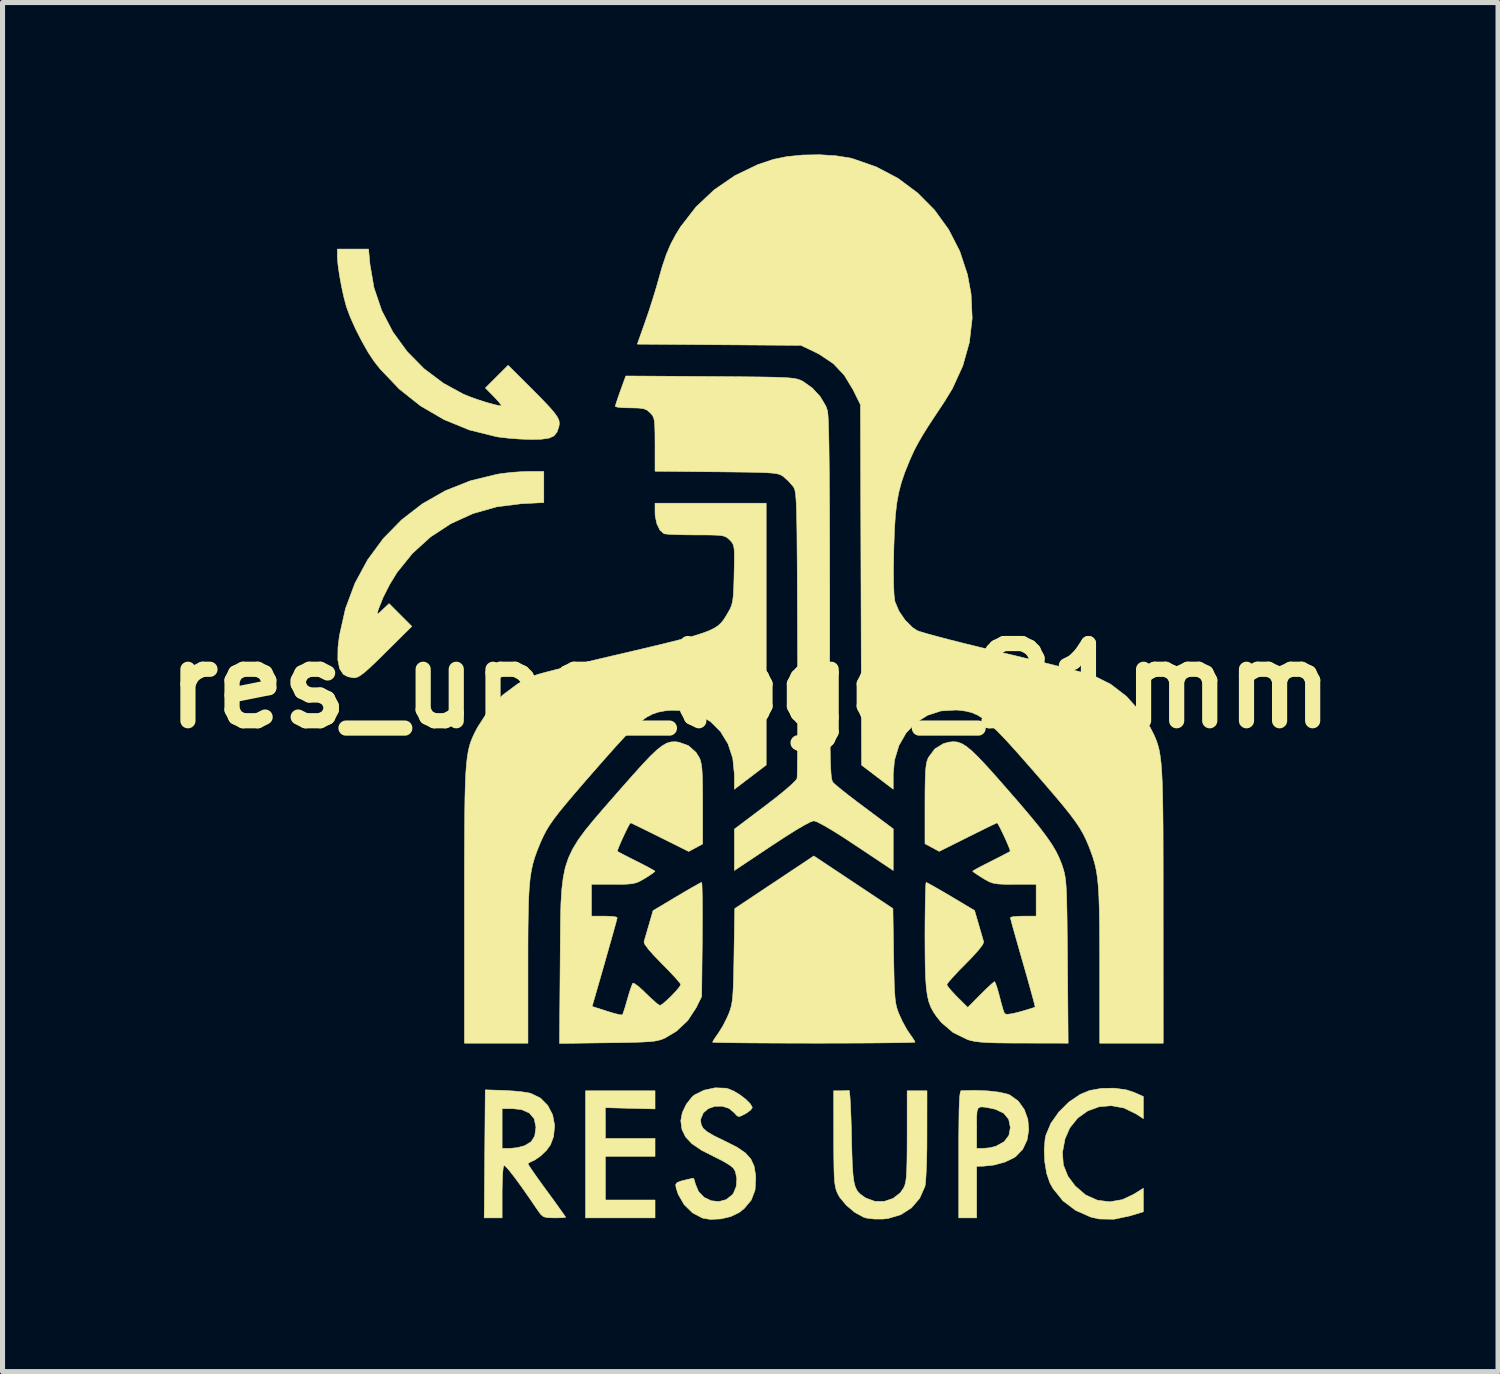
<source format=kicad_pcb>
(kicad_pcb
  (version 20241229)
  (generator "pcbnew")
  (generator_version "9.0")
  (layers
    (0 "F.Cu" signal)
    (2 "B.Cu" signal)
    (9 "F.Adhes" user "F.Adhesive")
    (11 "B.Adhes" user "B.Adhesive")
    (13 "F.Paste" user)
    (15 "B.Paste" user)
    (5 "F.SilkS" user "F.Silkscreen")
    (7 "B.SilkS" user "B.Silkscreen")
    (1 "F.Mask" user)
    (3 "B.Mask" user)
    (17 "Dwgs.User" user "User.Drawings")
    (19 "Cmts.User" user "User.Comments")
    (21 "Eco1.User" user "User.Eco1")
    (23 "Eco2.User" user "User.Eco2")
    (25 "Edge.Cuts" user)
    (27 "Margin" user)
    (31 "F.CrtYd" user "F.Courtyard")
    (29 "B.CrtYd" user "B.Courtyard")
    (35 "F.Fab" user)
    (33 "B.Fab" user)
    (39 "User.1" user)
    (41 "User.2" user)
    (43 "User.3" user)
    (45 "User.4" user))
  (footprint "res_upc_logo_21mm"
    (layer "F.Cu")
    (at 11.764 10.491)
    (property "Reference" "res_upc_logo_21mm" (at 0 0 0) (layer "F.SilkS") (effects (font (size 1.524 1.524) (thickness 0.3))))
    (attr through_hole)
    (fp_poly (pts (xy -1.881 8.354) (xy -2.372 8.342) (xy -2.862 8.329) (xy -2.861 8.633) (xy -2.861 8.937) (xy -1.881 8.937) (xy -1.881 9.29) (xy -2.861 9.29) (xy -2.861 10.152) (xy -1.881 10.152) (xy -1.881 10.505) (xy -3.253 10.505) (xy -3.253 7.996) (xy -1.881 7.996) (xy -1.881 8.354)) (stroke (width 0.01) (type solid)) (fill yes) (layer "F.SilkS"))
    (fp_poly (pts (xy 7.425 7.977) (xy 7.575 8.026) (xy 7.761 8.109) (xy 7.761 8.546) (xy 7.614 8.45) (xy 7.376 8.335) (xy 7.129 8.29) (xy 6.887 8.311) (xy 6.662 8.393) (xy 6.465 8.533) (xy 6.31 8.726) (xy 6.214 8.944) (xy 6.163 9.215) (xy 6.181 9.458) (xy 6.271 9.683) (xy 6.415 9.876) (xy 6.62 10.052) (xy 6.851 10.156) (xy 7.096 10.188) (xy 7.345 10.145) (xy 7.565 10.042) (xy 7.761 9.92) (xy 7.761 10.384) (xy 7.502 10.464) (xy 7.181 10.532) (xy 6.888 10.527) (xy 6.722 10.489) (xy 6.424 10.357) (xy 6.173 10.168) (xy 5.979 9.928) (xy 5.916 9.816) (xy 5.852 9.629) (xy 5.814 9.399) (xy 5.803 9.158) (xy 5.822 8.938) (xy 5.837 8.871) (xy 5.935 8.638) (xy 6.092 8.415) (xy 6.291 8.218) (xy 6.514 8.067) (xy 6.699 7.99) (xy 6.935 7.948) (xy 7.188 7.944) (xy 7.425 7.977)) (stroke (width 0.01) (type solid)) (fill yes) (layer "F.SilkS"))
    (fp_poly (pts (xy -4.077 -3.618) (xy -4.518 -3.596) (xy -5.008 -3.534) (xy -5.476 -3.401) (xy -5.914 -3.201) (xy -6.314 -2.939) (xy -6.669 -2.617) (xy -6.972 -2.242) (xy -6.976 -2.236) (xy -7.122 -1.998) (xy -7.249 -1.747) (xy -7.34 -1.518) (xy -7.349 -1.49) (xy -7.365 -1.431) (xy -7.354 -1.42) (xy -7.306 -1.46) (xy -7.255 -1.508) (xy -7.132 -1.624) (xy -6.683 -1.174) (xy -7.196 -0.666) (xy -7.383 -0.481) (xy -7.526 -0.346) (xy -7.632 -0.253) (xy -7.711 -0.196) (xy -7.772 -0.166) (xy -7.824 -0.157) (xy -7.828 -0.157) (xy -7.946 -0.18) (xy -8.035 -0.227) (xy -8.108 -0.336) (xy -8.144 -0.513) (xy -8.141 -0.759) (xy -8.113 -0.989) (xy -7.993 -1.524) (xy -7.806 -2.025) (xy -7.556 -2.487) (xy -7.248 -2.906) (xy -6.886 -3.276) (xy -6.476 -3.593) (xy -6.022 -3.852) (xy -5.528 -4.048) (xy -5 -4.177) (xy -4.912 -4.191) (xy -4.716 -4.214) (xy -4.5 -4.229) (xy -4.353 -4.233) (xy -4.077 -4.233) (xy -4.077 -3.618)) (stroke (width 0.01) (type solid)) (fill yes) (layer "F.SilkS"))
    (fp_poly (pts (xy 4.693 7.998) (xy 4.911 8.023) (xy 5.076 8.061) (xy 5.126 8.08) (xy 5.292 8.2) (xy 5.41 8.365) (xy 5.48 8.559) (xy 5.498 8.765) (xy 5.465 8.968) (xy 5.379 9.15) (xy 5.239 9.296) (xy 5.217 9.311) (xy 5.033 9.401) (xy 4.811 9.462) (xy 4.596 9.485) (xy 4.469 9.486) (xy 4.469 10.505) (xy 4.116 10.505) (xy 4.116 9.251) (xy 4.116 8.888) (xy 4.118 8.705) (xy 4.469 8.705) (xy 4.469 8.721) (xy 4.469 9.133) (xy 4.603 9.133) (xy 4.734 9.12) (xy 4.848 9.091) (xy 5.012 9.001) (xy 5.106 8.877) (xy 5.135 8.721) (xy 5.102 8.559) (xy 5.003 8.438) (xy 4.84 8.361) (xy 4.774 8.346) (xy 4.641 8.32) (xy 4.553 8.313) (xy 4.501 8.336) (xy 4.477 8.401) (xy 4.469 8.52) (xy 4.469 8.705) (xy 4.118 8.705) (xy 4.119 8.597) (xy 4.122 8.372) (xy 4.128 8.205) (xy 4.136 8.092) (xy 4.147 8.024) (xy 4.16 7.996) (xy 4.165 7.994) (xy 4.439 7.988) (xy 4.693 7.998)) (stroke (width 0.01) (type solid)) (fill yes) (layer "F.SilkS"))
    (fp_poly (pts (xy 2.816 4.398) (xy 2.83 5.325) (xy 2.836 5.623) (xy 2.841 5.855) (xy 2.849 6.032) (xy 2.859 6.166) (xy 2.872 6.269) (xy 2.891 6.352) (xy 2.915 6.427) (xy 2.933 6.473) (xy 3.004 6.629) (xy 3.089 6.783) (xy 3.137 6.855) (xy 3.204 6.951) (xy 3.246 7.018) (xy 3.253 7.036) (xy 3.215 7.039) (xy 3.106 7.043) (xy 2.934 7.046) (xy 2.705 7.049) (xy 2.427 7.052) (xy 2.107 7.054) (xy 1.753 7.055) (xy 1.372 7.056) (xy 1.254 7.056) (xy 0.867 7.055) (xy 0.504 7.054) (xy 0.173 7.052) (xy -0.118 7.05) (xy -0.362 7.047) (xy -0.553 7.044) (xy -0.681 7.041) (xy -0.741 7.037) (xy -0.745 7.036) (xy -0.724 6.995) (xy -0.67 6.914) (xy -0.628 6.855) (xy -0.546 6.724) (xy -0.464 6.563) (xy -0.424 6.473) (xy -0.396 6.397) (xy -0.374 6.32) (xy -0.358 6.23) (xy -0.346 6.116) (xy -0.337 5.966) (xy -0.33 5.768) (xy -0.325 5.511) (xy -0.322 5.325) (xy -0.307 4.398) (xy 1.254 3.359) (xy 2.816 4.398)) (stroke (width 0.01) (type solid)) (fill yes) (layer "F.SilkS"))
    (fp_poly (pts (xy -7.51 -8.325) (xy -7.429 -7.856) (xy -7.276 -7.407) (xy -7.057 -6.987) (xy -6.778 -6.603) (xy -6.444 -6.263) (xy -6.061 -5.975) (xy -5.669 -5.761) (xy -5.53 -5.704) (xy -5.365 -5.646) (xy -5.196 -5.592) (xy -5.047 -5.551) (xy -4.939 -5.529) (xy -4.915 -5.527) (xy -4.924 -5.552) (xy -4.976 -5.617) (xy -5.057 -5.704) (xy -5.231 -5.881) (xy -4.782 -6.329) (xy -4.315 -5.864) (xy -4.12 -5.667) (xy -3.975 -5.515) (xy -3.874 -5.398) (xy -3.81 -5.309) (xy -3.777 -5.238) (xy -3.77 -5.175) (xy -3.779 -5.117) (xy -3.817 -5.008) (xy -3.878 -4.934) (xy -3.975 -4.89) (xy -4.121 -4.869) (xy -4.331 -4.864) (xy -4.341 -4.865) (xy -4.551 -4.872) (xy -4.774 -4.889) (xy -4.969 -4.912) (xy -5.017 -4.92) (xy -5.547 -5.052) (xy -6.046 -5.256) (xy -6.51 -5.526) (xy -6.933 -5.862) (xy -7.31 -6.258) (xy -7.427 -6.406) (xy -7.544 -6.582) (xy -7.67 -6.805) (xy -7.794 -7.047) (xy -7.899 -7.282) (xy -7.973 -7.481) (xy -7.975 -7.487) (xy -8.024 -7.671) (xy -8.071 -7.886) (xy -8.111 -8.106) (xy -8.14 -8.305) (xy -8.153 -8.458) (xy -8.153 -8.476) (xy -8.153 -8.623) (xy -7.537 -8.623) (xy -7.51 -8.325)) (stroke (width 0.01) (type solid)) (fill yes) (layer "F.SilkS"))
    (fp_poly (pts (xy 1.959 8.021) (xy 1.969 8.123) (xy 1.978 8.283) (xy 1.987 8.488) (xy 1.995 8.73) (xy 1.999 8.9) (xy 2.006 9.215) (xy 2.015 9.463) (xy 2.028 9.652) (xy 2.047 9.793) (xy 2.074 9.897) (xy 2.112 9.972) (xy 2.164 10.03) (xy 2.232 10.081) (xy 2.285 10.115) (xy 2.459 10.179) (xy 2.644 10.179) (xy 2.819 10.121) (xy 2.963 10.009) (xy 3.028 9.914) (xy 3.051 9.861) (xy 3.068 9.794) (xy 3.08 9.703) (xy 3.088 9.576) (xy 3.093 9.404) (xy 3.096 9.174) (xy 3.097 8.888) (xy 3.097 7.996) (xy 3.489 7.996) (xy 3.488 8.868) (xy 3.487 9.131) (xy 3.482 9.375) (xy 3.474 9.587) (xy 3.464 9.754) (xy 3.453 9.86) (xy 3.449 9.882) (xy 3.345 10.117) (xy 3.183 10.306) (xy 2.972 10.442) (xy 2.721 10.517) (xy 2.619 10.528) (xy 2.449 10.528) (xy 2.3 10.51) (xy 2.24 10.493) (xy 2.065 10.398) (xy 1.899 10.259) (xy 1.766 10.1) (xy 1.721 10.019) (xy 1.697 9.959) (xy 1.68 9.891) (xy 1.666 9.802) (xy 1.657 9.682) (xy 1.652 9.519) (xy 1.649 9.304) (xy 1.647 9.024) (xy 1.647 8.927) (xy 1.646 7.996) (xy 1.783 7.996) (xy 1.884 7.994) (xy 1.947 7.987) (xy 1.95 7.986) (xy 1.959 8.021)) (stroke (width 0.01) (type solid)) (fill yes) (layer "F.SilkS"))
    (fp_poly (pts (xy -4.86 7.989) (xy -4.677 8) (xy -4.504 8.017) (xy -4.371 8.038) (xy -4.334 8.047) (xy -4.144 8.139) (xy -3.999 8.285) (xy -3.903 8.47) (xy -3.863 8.679) (xy -3.884 8.898) (xy -3.944 9.06) (xy -4.023 9.171) (xy -4.139 9.282) (xy -4.261 9.366) (xy -4.312 9.388) (xy -4.374 9.419) (xy -4.389 9.439) (xy -4.367 9.479) (xy -4.306 9.569) (xy -4.214 9.701) (xy -4.099 9.861) (xy -4.017 9.973) (xy -3.891 10.145) (xy -3.784 10.294) (xy -3.703 10.408) (xy -3.655 10.477) (xy -3.645 10.493) (xy -3.681 10.499) (xy -3.773 10.504) (xy -3.871 10.505) (xy -4.001 10.501) (xy -4.08 10.483) (xy -4.136 10.438) (xy -4.194 10.358) (xy -4.367 10.105) (xy -4.521 9.885) (xy -4.654 9.704) (xy -4.758 9.571) (xy -4.83 9.49) (xy -4.864 9.469) (xy -4.878 9.514) (xy -4.889 9.622) (xy -4.896 9.778) (xy -4.9 9.966) (xy -4.9 9.998) (xy -4.9 10.505) (xy -5.254 10.505) (xy -5.243 9.241) (xy -5.236 8.349) (xy -4.9 8.349) (xy -4.9 9.133) (xy -4.742 9.133) (xy -4.599 9.118) (xy -4.463 9.082) (xy -4.451 9.078) (xy -4.325 9) (xy -4.256 8.887) (xy -4.233 8.723) (xy -4.233 8.708) (xy -4.266 8.55) (xy -4.362 8.435) (xy -4.517 8.367) (xy -4.687 8.349) (xy -4.9 8.349) (xy -5.236 8.349) (xy -5.233 7.977) (xy -4.86 7.989)) (stroke (width 0.01) (type solid)) (fill yes) (layer "F.SilkS"))
    (fp_poly (pts (xy -0.481 7.945) (xy -0.439 7.955) (xy -0.326 8.002) (xy -0.202 8.077) (xy -0.087 8.166) (xy 0.000123 8.253) (xy 0.039 8.322) (xy 0.039 8.328) (xy 0.008 8.375) (xy -0.071 8.434) (xy -0.1 8.451) (xy -0.191 8.496) (xy -0.241 8.503) (xy -0.282 8.47) (xy -0.306 8.439) (xy -0.418 8.344) (xy -0.555 8.3) (xy -0.698 8.302) (xy -0.828 8.347) (xy -0.927 8.431) (xy -0.977 8.55) (xy -0.98 8.588) (xy -0.969 8.667) (xy -0.931 8.736) (xy -0.853 8.804) (xy -0.726 8.88) (xy -0.538 8.972) (xy -0.488 8.996) (xy -0.259 9.112) (xy -0.097 9.223) (xy 0.011 9.343) (xy 0.075 9.483) (xy 0.104 9.657) (xy 0.108 9.717) (xy 0.094 9.957) (xy 0.019 10.154) (xy -0.121 10.321) (xy -0.22 10.399) (xy -0.385 10.479) (xy -0.588 10.526) (xy -0.793 10.535) (xy -0.944 10.509) (xy -1.14 10.406) (xy -1.306 10.244) (xy -1.424 10.039) (xy -1.465 9.912) (xy -1.473 9.847) (xy -1.446 9.808) (xy -1.367 9.778) (xy -1.315 9.765) (xy -1.208 9.739) (xy -1.137 9.723) (xy -1.124 9.721) (xy -1.106 9.755) (xy -1.085 9.834) (xy -1.021 9.988) (xy -0.91 10.101) (xy -0.77 10.167) (xy -0.619 10.183) (xy -0.474 10.144) (xy -0.353 10.047) (xy -0.33 10.015) (xy -0.277 9.882) (xy -0.266 9.728) (xy -0.296 9.587) (xy -0.338 9.518) (xy -0.408 9.463) (xy -0.527 9.391) (xy -0.673 9.316) (xy -0.706 9.3) (xy -0.964 9.169) (xy -1.152 9.041) (xy -1.278 8.907) (xy -1.349 8.76) (xy -1.372 8.592) (xy -1.372 8.584) (xy -1.342 8.426) (xy -1.263 8.261) (xy -1.153 8.121) (xy -1.103 8.078) (xy -0.913 7.984) (xy -0.694 7.937) (xy -0.481 7.945)) (stroke (width 0.01) (type solid)) (fill yes) (layer "F.SilkS"))
    (fp_poly (pts (xy 0.314 1.564) (xy 0 1.803) (xy -0.314 2.042) (xy -0.314 1.748) (xy -0.346 1.43) (xy -0.44 1.146) (xy -0.588 0.903) (xy -0.783 0.709) (xy -1.018 0.569) (xy -1.286 0.492) (xy -1.558 0.482) (xy -1.697 0.496) (xy -1.819 0.52) (xy -1.933 0.559) (xy -2.047 0.619) (xy -2.168 0.707) (xy -2.305 0.829) (xy -2.464 0.989) (xy -2.655 1.196) (xy -2.884 1.454) (xy -3.003 1.589) (xy -3.259 1.882) (xy -3.468 2.125) (xy -3.637 2.325) (xy -3.772 2.49) (xy -3.877 2.627) (xy -3.96 2.746) (xy -4.026 2.853) (xy -4.08 2.956) (xy -4.13 3.063) (xy -4.155 3.123) (xy -4.211 3.261) (xy -4.257 3.389) (xy -4.294 3.517) (xy -4.324 3.653) (xy -4.347 3.806) (xy -4.364 3.986) (xy -4.376 4.201) (xy -4.383 4.461) (xy -4.388 4.773) (xy -4.39 5.147) (xy -4.39 5.51) (xy -4.39 7.056) (xy -5.644 7.056) (xy -5.644 4.341) (xy -5.644 3.782) (xy -5.643 3.296) (xy -5.641 2.876) (xy -5.638 2.516) (xy -5.634 2.211) (xy -5.627 1.954) (xy -5.618 1.74) (xy -5.605 1.562) (xy -5.589 1.415) (xy -5.569 1.292) (xy -5.545 1.188) (xy -5.516 1.097) (xy -5.481 1.012) (xy -5.441 0.927) (xy -5.395 0.838) (xy -5.385 0.82) (xy -5.165 0.478) (xy -4.894 0.186) (xy -4.581 -0.047) (xy -4.263 -0.203) (xy -4.179 -0.23) (xy -4.029 -0.271) (xy -3.824 -0.324) (xy -3.573 -0.387) (xy -3.288 -0.457) (xy -2.978 -0.532) (xy -2.73 -0.59) (xy -2.28 -0.695) (xy -1.9 -0.785) (xy -1.583 -0.862) (xy -1.323 -0.928) (xy -1.112 -0.986) (xy -0.945 -1.039) (xy -0.815 -1.088) (xy -0.715 -1.136) (xy -0.638 -1.186) (xy -0.579 -1.24) (xy -0.529 -1.301) (xy -0.484 -1.371) (xy -0.442 -1.442) (xy -0.399 -1.518) (xy -0.369 -1.59) (xy -0.349 -1.672) (xy -0.336 -1.78) (xy -0.327 -1.932) (xy -0.321 -2.142) (xy -0.32 -2.203) (xy -0.315 -2.427) (xy -0.314 -2.586) (xy -0.318 -2.694) (xy -0.33 -2.766) (xy -0.35 -2.814) (xy -0.381 -2.854) (xy -0.406 -2.879) (xy -0.448 -2.918) (xy -0.492 -2.945) (xy -0.551 -2.963) (xy -0.641 -2.973) (xy -0.775 -2.978) (xy -0.967 -2.979) (xy -1.073 -2.979) (xy -1.28 -2.981) (xy -1.463 -2.985) (xy -1.604 -2.992) (xy -1.69 -3) (xy -1.703 -3.003) (xy -1.783 -3.072) (xy -1.844 -3.196) (xy -1.878 -3.355) (xy -1.881 -3.428) (xy -1.881 -3.606) (xy 0.314 -3.606) (xy 0.314 1.564)) (stroke (width 0.01) (type solid)) (fill yes) (layer "F.SilkS"))
    (fp_poly (pts (xy -0.788 -6.107) (xy -0.382 -6.104) (xy -0.047 -6.101) (xy 0.225 -6.098) (xy 0.441 -6.094) (xy 0.609 -6.089) (xy 0.737 -6.082) (xy 0.833 -6.073) (xy 0.903 -6.062) (xy 0.956 -6.048) (xy 1 -6.031) (xy 1.041 -6.01) (xy 1.044 -6.008) (xy 1.224 -5.88) (xy 1.38 -5.711) (xy 1.491 -5.525) (xy 1.525 -5.429) (xy 1.533 -5.362) (xy 1.541 -5.233) (xy 1.547 -5.04) (xy 1.553 -4.78) (xy 1.557 -4.452) (xy 1.561 -4.055) (xy 1.564 -3.586) (xy 1.566 -3.044) (xy 1.567 -2.427) (xy 1.568 -1.734) (xy 1.568 -1.712) (xy 1.568 -1.102) (xy 1.568 -0.567) (xy 1.569 -0.1) (xy 1.57 0.304) (xy 1.571 0.648) (xy 1.573 0.938) (xy 1.576 1.178) (xy 1.579 1.374) (xy 1.583 1.53) (xy 1.589 1.652) (xy 1.595 1.743) (xy 1.602 1.81) (xy 1.611 1.856) (xy 1.621 1.886) (xy 1.632 1.906) (xy 1.636 1.912) (xy 1.69 1.96) (xy 1.794 2.046) (xy 1.938 2.16) (xy 2.11 2.292) (xy 2.264 2.407) (xy 2.822 2.824) (xy 2.822 3.646) (xy 2.087 3.156) (xy 1.831 2.987) (xy 1.612 2.85) (xy 1.439 2.749) (xy 1.317 2.686) (xy 1.254 2.665) (xy 1.187 2.688) (xy 1.062 2.753) (xy 0.887 2.856) (xy 0.667 2.995) (xy 0.421 3.156) (xy -0.314 3.646) (xy -0.314 2.829) (xy 0.294 2.371) (xy 0.509 2.205) (xy 0.687 2.061) (xy 0.82 1.945) (xy 0.901 1.863) (xy 0.923 1.828) (xy 0.926 1.776) (xy 0.929 1.652) (xy 0.931 1.462) (xy 0.933 1.213) (xy 0.934 0.912) (xy 0.935 0.565) (xy 0.935 0.178) (xy 0.935 -0.242) (xy 0.933 -0.688) (xy 0.932 -1.046) (xy 0.93 -1.58) (xy 0.928 -2.042) (xy 0.926 -2.437) (xy 0.923 -2.77) (xy 0.921 -3.047) (xy 0.917 -3.273) (xy 0.913 -3.455) (xy 0.908 -3.597) (xy 0.901 -3.705) (xy 0.894 -3.785) (xy 0.885 -3.843) (xy 0.874 -3.883) (xy 0.861 -3.912) (xy 0.847 -3.935) (xy 0.84 -3.944) (xy 0.747 -4.049) (xy 0.651 -4.133) (xy 0.617 -4.156) (xy 0.577 -4.174) (xy 0.523 -4.188) (xy 0.444 -4.199) (xy 0.332 -4.207) (xy 0.179 -4.213) (xy -0.025 -4.218) (xy -0.288 -4.221) (xy -0.619 -4.225) (xy -0.669 -4.225) (xy -1.881 -4.237) (xy -1.881 -4.766) (xy -1.882 -4.98) (xy -1.886 -5.13) (xy -1.894 -5.231) (xy -1.91 -5.298) (xy -1.936 -5.345) (xy -1.973 -5.387) (xy -1.978 -5.391) (xy -2.037 -5.442) (xy -2.104 -5.471) (xy -2.203 -5.484) (xy -2.355 -5.488) (xy -2.37 -5.488) (xy -2.511 -5.491) (xy -2.615 -5.501) (xy -2.664 -5.514) (xy -2.666 -5.517) (xy -2.653 -5.566) (xy -2.62 -5.667) (xy -2.573 -5.802) (xy -2.562 -5.832) (xy -2.458 -6.118) (xy -0.788 -6.107)) (stroke (width 0.01) (type solid)) (fill yes) (layer "F.SilkS"))
    (fp_poly (pts (xy -1.414 1.112) (xy -1.222 1.181) (xy -1.072 1.314) (xy -1.009 1.414) (xy -0.985 1.471) (xy -0.968 1.543) (xy -0.955 1.641) (xy -0.947 1.778) (xy -0.943 1.964) (xy -0.941 2.212) (xy -0.941 2.336) (xy -0.941 3.123) (xy -1.216 3.271) (xy -1.784 2.988) (xy -1.976 2.893) (xy -2.142 2.811) (xy -2.269 2.749) (xy -2.346 2.712) (xy -2.364 2.705) (xy -2.388 2.737) (xy -2.432 2.821) (xy -2.487 2.934) (xy -2.543 3.056) (xy -2.591 3.167) (xy -2.62 3.244) (xy -2.624 3.268) (xy -2.584 3.291) (xy -2.489 3.341) (xy -2.355 3.409) (xy -2.244 3.465) (xy -2.094 3.541) (xy -1.974 3.605) (xy -1.899 3.648) (xy -1.881 3.662) (xy -1.912 3.689) (xy -1.991 3.744) (xy -2.078 3.799) (xy -2.169 3.852) (xy -2.247 3.887) (xy -2.334 3.907) (xy -2.449 3.917) (xy -2.613 3.92) (xy -2.705 3.92) (xy -3.136 3.92) (xy -3.136 4.547) (xy -2.881 4.547) (xy -2.751 4.551) (xy -2.66 4.562) (xy -2.627 4.576) (xy -2.638 4.621) (xy -2.667 4.73) (xy -2.712 4.892) (xy -2.77 5.096) (xy -2.837 5.332) (xy -2.875 5.468) (xy -3.123 6.33) (xy -2.834 6.423) (xy -2.695 6.465) (xy -2.587 6.492) (xy -2.529 6.499) (xy -2.526 6.498) (xy -2.507 6.453) (xy -2.474 6.353) (xy -2.435 6.217) (xy -2.427 6.189) (xy -2.385 6.047) (xy -2.347 5.935) (xy -2.321 5.874) (xy -2.318 5.87) (xy -2.28 5.883) (xy -2.202 5.941) (xy -2.1 6.034) (xy -2.058 6.076) (xy -1.946 6.183) (xy -1.853 6.265) (xy -1.793 6.308) (xy -1.783 6.311) (xy -1.735 6.284) (xy -1.654 6.216) (xy -1.559 6.125) (xy -1.468 6.029) (xy -1.4 5.947) (xy -1.372 5.898) (xy -1.372 5.897) (xy -1.398 5.857) (xy -1.471 5.773) (xy -1.578 5.657) (xy -1.711 5.521) (xy -1.744 5.488) (xy -1.901 5.326) (xy -2.017 5.194) (xy -2.084 5.102) (xy -2.099 5.057) (xy -2.081 4.992) (xy -2.047 4.875) (xy -2.005 4.732) (xy -2.001 4.718) (xy -1.92 4.439) (xy -1.453 4.16) (xy -1.282 4.059) (xy -1.136 3.974) (xy -1.026 3.913) (xy -0.967 3.882) (xy -0.961 3.881) (xy -0.955 3.918) (xy -0.951 4.024) (xy -0.947 4.189) (xy -0.946 4.403) (xy -0.946 4.657) (xy -0.948 4.939) (xy -0.948 5.007) (xy -0.96 6.134) (xy -1.069 6.356) (xy -1.235 6.609) (xy -1.458 6.819) (xy -1.681 6.952) (xy -1.743 6.979) (xy -1.81 6.999) (xy -1.89 7.015) (xy -1.997 7.026) (xy -2.141 7.034) (xy -2.332 7.04) (xy -2.583 7.045) (xy -2.814 7.048) (xy -3.767 7.061) (xy -3.754 5.441) (xy -3.751 4.993) (xy -3.747 4.614) (xy -3.739 4.293) (xy -3.722 4.021) (xy -3.694 3.788) (xy -3.652 3.584) (xy -3.59 3.398) (xy -3.507 3.222) (xy -3.399 3.045) (xy -3.262 2.857) (xy -3.092 2.649) (xy -2.887 2.41) (xy -2.642 2.13) (xy -2.55 2.025) (xy -2.315 1.759) (xy -2.124 1.547) (xy -1.969 1.384) (xy -1.843 1.265) (xy -1.738 1.183) (xy -1.649 1.132) (xy -1.567 1.108) (xy -1.486 1.104) (xy -1.414 1.112)) (stroke (width 0.01) (type solid)) (fill yes) (layer "F.SilkS"))
    (fp_poly (pts (xy 1.688 -10.466) (xy 1.968 -10.422) (xy 2.017 -10.41) (xy 2.488 -10.246) (xy 2.918 -10.019) (xy 3.302 -9.733) (xy 3.637 -9.395) (xy 3.916 -9.01) (xy 4.135 -8.583) (xy 4.288 -8.12) (xy 4.359 -7.739) (xy 4.381 -7.257) (xy 4.326 -6.781) (xy 4.195 -6.316) (xy 3.989 -5.866) (xy 3.829 -5.604) (xy 3.651 -5.337) (xy 3.51 -5.122) (xy 3.4 -4.946) (xy 3.314 -4.796) (xy 3.242 -4.661) (xy 3.18 -4.527) (xy 3.146 -4.449) (xy 3.054 -4.223) (xy 2.983 -4.016) (xy 2.93 -3.813) (xy 2.891 -3.597) (xy 2.864 -3.353) (xy 2.846 -3.065) (xy 2.834 -2.716) (xy 2.833 -2.665) (xy 2.827 -2.301) (xy 2.829 -2.015) (xy 2.838 -1.806) (xy 2.854 -1.674) (xy 2.858 -1.658) (xy 2.936 -1.474) (xy 3.058 -1.296) (xy 3.204 -1.151) (xy 3.296 -1.09) (xy 3.365 -1.066) (xy 3.5 -1.026) (xy 3.695 -0.973) (xy 3.938 -0.909) (xy 4.222 -0.837) (xy 4.538 -0.76) (xy 4.877 -0.678) (xy 5.009 -0.647) (xy 5.356 -0.564) (xy 5.686 -0.484) (xy 5.99 -0.41) (xy 6.257 -0.343) (xy 6.48 -0.285) (xy 6.648 -0.24) (xy 6.753 -0.21) (xy 6.773 -0.203) (xy 7.115 -0.032) (xy 7.425 0.206) (xy 7.692 0.502) (xy 7.894 0.82) (xy 7.941 0.911) (xy 7.983 0.996) (xy 8.018 1.081) (xy 8.048 1.171) (xy 8.074 1.272) (xy 8.094 1.391) (xy 8.111 1.533) (xy 8.124 1.705) (xy 8.134 1.912) (xy 8.141 2.16) (xy 8.146 2.456) (xy 8.15 2.805) (xy 8.151 3.214) (xy 8.152 3.687) (xy 8.152 4.233) (xy 8.152 4.341) (xy 8.153 7.056) (xy 6.899 7.056) (xy 6.899 5.51) (xy 6.898 5.079) (xy 6.896 4.718) (xy 6.891 4.418) (xy 6.883 4.169) (xy 6.871 3.962) (xy 6.854 3.79) (xy 6.831 3.642) (xy 6.801 3.509) (xy 6.764 3.384) (xy 6.718 3.256) (xy 6.679 3.155) (xy 6.629 3.038) (xy 6.575 2.927) (xy 6.51 2.814) (xy 6.428 2.691) (xy 6.324 2.55) (xy 6.192 2.384) (xy 6.025 2.184) (xy 5.819 1.944) (xy 5.567 1.654) (xy 5.52 1.6) (xy 5.267 1.313) (xy 5.057 1.081) (xy 4.881 0.897) (xy 4.733 0.756) (xy 4.604 0.652) (xy 4.487 0.578) (xy 4.374 0.529) (xy 4.257 0.5) (xy 4.128 0.483) (xy 4.059 0.478) (xy 3.765 0.496) (xy 3.499 0.582) (xy 3.267 0.729) (xy 3.076 0.931) (xy 2.934 1.18) (xy 2.847 1.469) (xy 2.822 1.748) (xy 2.822 2.042) (xy 2.51 1.804) (xy 2.197 1.566) (xy 2.186 -1.992) (xy 2.175 -5.551) (xy 2.029 -5.847) (xy 1.855 -6.133) (xy 1.64 -6.361) (xy 1.369 -6.543) (xy 1.261 -6.598) (xy 1 -6.722) (xy -0.616 -6.734) (xy -2.231 -6.746) (xy -2.076 -7.185) (xy -2 -7.405) (xy -1.924 -7.643) (xy -1.856 -7.865) (xy -1.823 -7.982) (xy -1.739 -8.278) (xy -1.658 -8.517) (xy -1.572 -8.72) (xy -1.472 -8.908) (xy -1.376 -9.063) (xy -1.072 -9.455) (xy -0.713 -9.793) (xy -0.305 -10.073) (xy 0.145 -10.29) (xy 0.454 -10.394) (xy 0.722 -10.449) (xy 1.036 -10.48) (xy 1.368 -10.486) (xy 1.688 -10.466)) (stroke (width 0.01) (type solid)) (fill yes) (layer "F.SilkS"))
    (fp_poly (pts (xy 4.089 1.11) (xy 4.172 1.139) (xy 4.263 1.194) (xy 4.371 1.282) (xy 4.502 1.409) (xy 4.662 1.579) (xy 4.861 1.8) (xy 5.058 2.025) (xy 5.321 2.327) (xy 5.535 2.58) (xy 5.708 2.791) (xy 5.844 2.971) (xy 5.951 3.125) (xy 6.033 3.263) (xy 6.097 3.393) (xy 6.149 3.522) (xy 6.163 3.564) (xy 6.184 3.631) (xy 6.202 3.698) (xy 6.216 3.772) (xy 6.228 3.863) (xy 6.237 3.978) (xy 6.244 4.125) (xy 6.249 4.313) (xy 6.254 4.551) (xy 6.257 4.846) (xy 6.261 5.206) (xy 6.263 5.439) (xy 6.276 7.056) (xy 5.382 7.054) (xy 5.081 7.053) (xy 4.846 7.05) (xy 4.666 7.043) (xy 4.529 7.033) (xy 4.424 7.019) (xy 4.338 7) (xy 4.286 6.983) (xy 4.005 6.846) (xy 3.772 6.647) (xy 3.682 6.536) (xy 3.617 6.44) (xy 3.565 6.345) (xy 3.525 6.239) (xy 3.496 6.114) (xy 3.475 5.958) (xy 3.461 5.762) (xy 3.453 5.516) (xy 3.45 5.209) (xy 3.449 4.932) (xy 3.45 4.654) (xy 3.453 4.404) (xy 3.456 4.191) (xy 3.461 4.026) (xy 3.466 3.919) (xy 3.472 3.881) (xy 3.473 3.881) (xy 3.513 3.9) (xy 3.607 3.952) (xy 3.743 4.03) (xy 3.908 4.126) (xy 3.962 4.158) (xy 4.428 4.436) (xy 4.51 4.717) (xy 4.552 4.862) (xy 4.587 4.982) (xy 4.607 5.054) (xy 4.608 5.057) (xy 4.588 5.11) (xy 4.514 5.208) (xy 4.394 5.343) (xy 4.253 5.488) (xy 4.115 5.627) (xy 4.001 5.75) (xy 3.92 5.842) (xy 3.882 5.895) (xy 3.881 5.9) (xy 3.907 5.946) (xy 3.976 6.028) (xy 4.073 6.131) (xy 4.088 6.146) (xy 4.294 6.35) (xy 4.547 6.095) (xy 4.66 5.983) (xy 4.753 5.896) (xy 4.811 5.847) (xy 4.823 5.84) (xy 4.843 5.876) (xy 4.875 5.969) (xy 4.912 6.101) (xy 4.921 6.135) (xy 4.959 6.282) (xy 4.994 6.4) (xy 5.018 6.467) (xy 5.02 6.472) (xy 5.07 6.487) (xy 5.184 6.471) (xy 5.331 6.434) (xy 5.468 6.394) (xy 5.571 6.362) (xy 5.622 6.343) (xy 5.624 6.342) (xy 5.616 6.303) (xy 5.589 6.199) (xy 5.546 6.041) (xy 5.49 5.84) (xy 5.424 5.607) (xy 5.384 5.468) (xy 5.313 5.22) (xy 5.25 4.998) (xy 5.197 4.811) (xy 5.159 4.672) (xy 5.138 4.592) (xy 5.135 4.576) (xy 5.171 4.561) (xy 5.264 4.551) (xy 5.39 4.547) (xy 5.644 4.547) (xy 5.644 3.92) (xy 5.216 3.92) (xy 5.025 3.919) (xy 4.892 3.912) (xy 4.796 3.897) (xy 4.717 3.869) (xy 4.634 3.824) (xy 4.589 3.796) (xy 4.483 3.729) (xy 4.411 3.679) (xy 4.39 3.66) (xy 4.423 3.638) (xy 4.511 3.589) (xy 4.641 3.522) (xy 4.753 3.465) (xy 4.905 3.388) (xy 5.029 3.324) (xy 5.11 3.281) (xy 5.132 3.268) (xy 5.124 3.229) (xy 5.089 3.142) (xy 5.039 3.027) (xy 4.982 2.905) (xy 4.929 2.797) (xy 4.889 2.724) (xy 4.873 2.705) (xy 4.836 2.721) (xy 4.74 2.767) (xy 4.599 2.836) (xy 4.424 2.923) (xy 4.295 2.987) (xy 3.73 3.269) (xy 3.589 3.193) (xy 3.449 3.118) (xy 3.449 2.333) (xy 3.45 2.056) (xy 3.454 1.846) (xy 3.46 1.691) (xy 3.471 1.579) (xy 3.486 1.497) (xy 3.508 1.436) (xy 3.518 1.414) (xy 3.643 1.246) (xy 3.813 1.141) (xy 3.923 1.112) (xy 4.008 1.103) (xy 4.089 1.11)) (stroke (width 0.01) (type solid)) (fill yes) (layer "F.SilkS")))
  (gr_rect
    (start -3 -3)
    (end 26.528 24.031)
    (stroke (width 0.1) (type default))
    (fill no)
    (layer "Edge.Cuts")))
</source>
